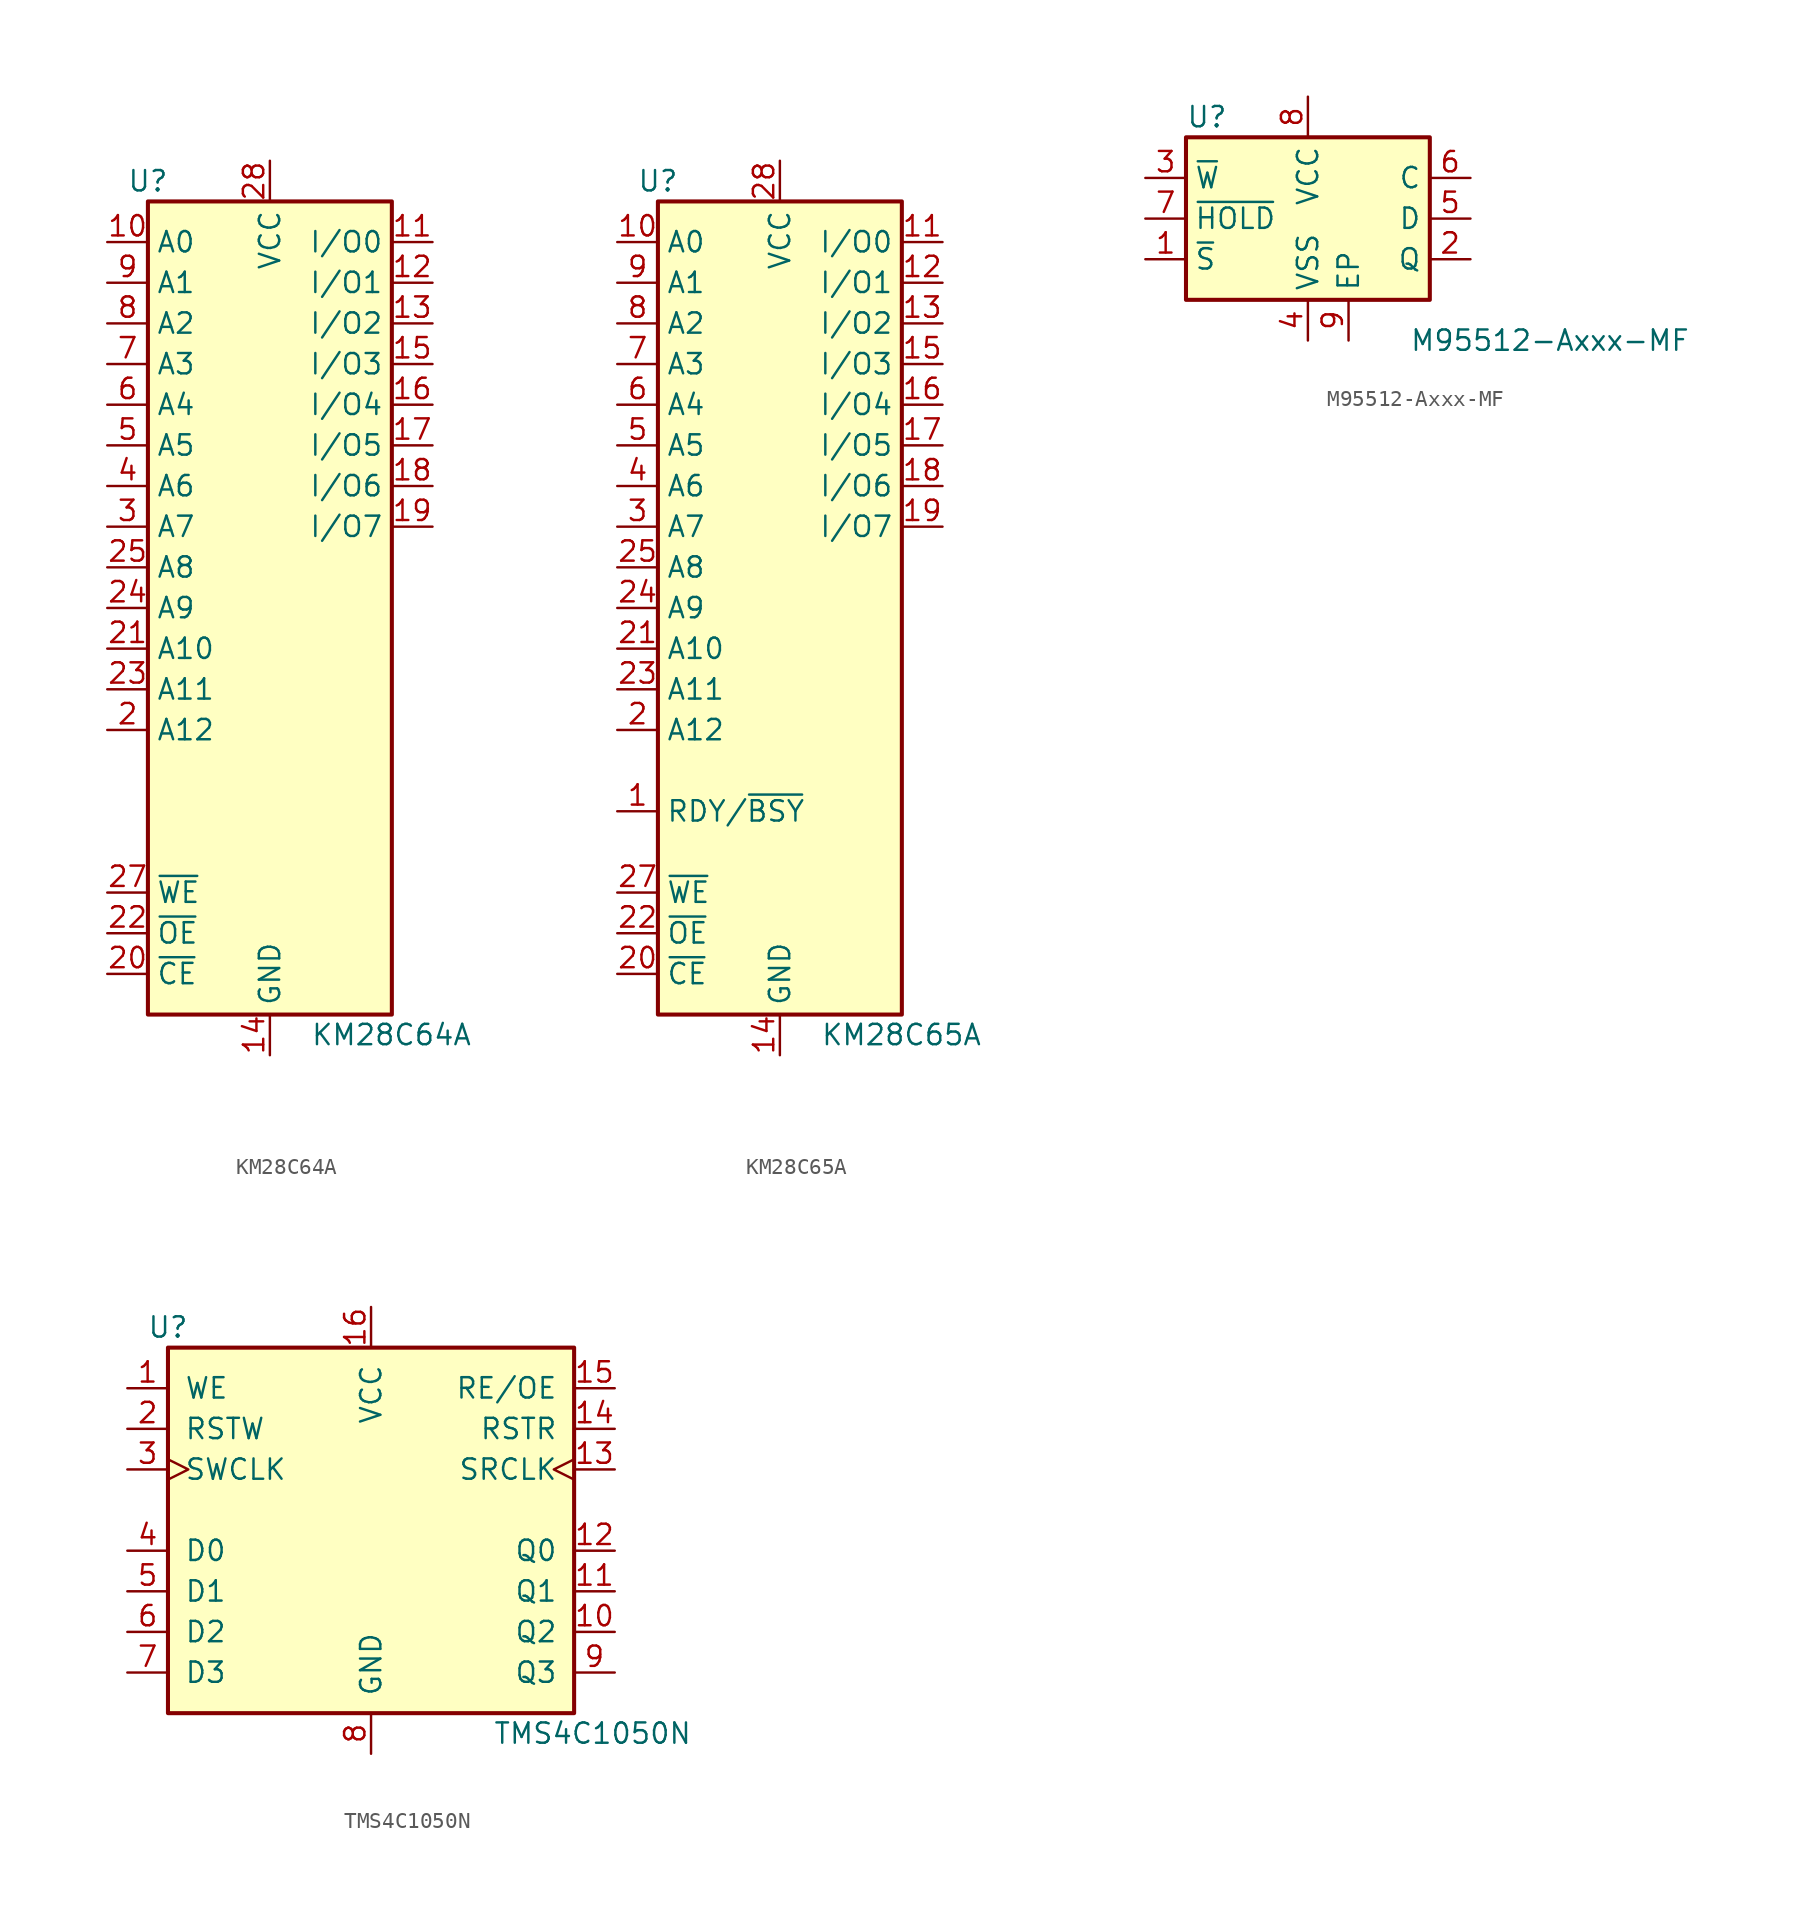
<source format=kicad_sym>
(kicad_symbol_lib
  (version 20241209)
  (generator "kicad_symbol_editor")
  (generator_version "9.0")
  (symbol "KM28C64A"
    (property "Reference" "U"
      (at -7.62 26.67 0)
      (effects (font (size 1.27 1.27))))
    (property "Value" "KM28C64A"
      (at 2.54 -26.67 0)
      (effects (font (size 1.27 1.27)) (justify left)))
    (symbol "KM28C64A_1_1"
      (rectangle (start -7.62 25.4) (end 7.62 -25.4) (stroke (width 0.254) (type default)) (fill (type background)))
      (pin input line (at -10.16 22.86 0) (length 2.54) (name "A0" (effects (font (size 1.27 1.27)))) (number "10" (effects (font (size 1.27 1.27)))))
      (pin input line (at -10.16 20.32 0) (length 2.54) (name "A1" (effects (font (size 1.27 1.27)))) (number "9" (effects (font (size 1.27 1.27)))))
      (pin input line (at -10.16 17.78 0) (length 2.54) (name "A2" (effects (font (size 1.27 1.27)))) (number "8" (effects (font (size 1.27 1.27)))))
      (pin input line (at -10.16 15.24 0) (length 2.54) (name "A3" (effects (font (size 1.27 1.27)))) (number "7" (effects (font (size 1.27 1.27)))))
      (pin input line (at -10.16 12.7 0) (length 2.54) (name "A4" (effects (font (size 1.27 1.27)))) (number "6" (effects (font (size 1.27 1.27)))))
      (pin input line (at -10.16 10.16 0) (length 2.54) (name "A5" (effects (font (size 1.27 1.27)))) (number "5" (effects (font (size 1.27 1.27)))))
      (pin input line (at -10.16 7.62 0) (length 2.54) (name "A6" (effects (font (size 1.27 1.27)))) (number "4" (effects (font (size 1.27 1.27)))))
      (pin input line (at -10.16 5.08 0) (length 2.54) (name "A7" (effects (font (size 1.27 1.27)))) (number "3" (effects (font (size 1.27 1.27)))))
      (pin input line (at -10.16 2.54 0) (length 2.54) (name "A8" (effects (font (size 1.27 1.27)))) (number "25" (effects (font (size 1.27 1.27)))))
      (pin input line (at -10.16 0 0) (length 2.54) (name "A9" (effects (font (size 1.27 1.27)))) (number "24" (effects (font (size 1.27 1.27)))))
      (pin input line (at -10.16 -2.54 0) (length 2.54) (name "A10" (effects (font (size 1.27 1.27)))) (number "21" (effects (font (size 1.27 1.27)))))
      (pin input line (at -10.16 -5.08 0) (length 2.54) (name "A11" (effects (font (size 1.27 1.27)))) (number "23" (effects (font (size 1.27 1.27)))))
      (pin input line (at -10.16 -7.62 0) (length 2.54) (name "A12" (effects (font (size 1.27 1.27)))) (number "2" (effects (font (size 1.27 1.27)))))
      (pin input line (at -10.16 -17.78 0) (length 2.54) (name "~{WE}" (effects (font (size 1.27 1.27)))) (number "27" (effects (font (size 1.27 1.27)))))
      (pin input line (at -10.16 -20.32 0) (length 2.54) (name "~{OE}" (effects (font (size 1.27 1.27)))) (number "22" (effects (font (size 1.27 1.27)))))
      (pin input line (at -10.16 -22.86 0) (length 2.54) (name "~{CE}" (effects (font (size 1.27 1.27)))) (number "20" (effects (font (size 1.27 1.27)))))
      (pin no_connect line (at -7.62 -12.7 0) (length 2.54) (hide yes) (name "NC" (effects (font (size 1.27 1.27)))) (number "1" (effects (font (size 1.27 1.27)))))
      (pin power_in line (at 0 27.94 270) (length 2.54) (name "VCC" (effects (font (size 1.27 1.27)))) (number "28" (effects (font (size 1.27 1.27)))))
      (pin power_in line (at 0 -27.94 90) (length 2.54) (name "GND" (effects (font (size 1.27 1.27)))) (number "14" (effects (font (size 1.27 1.27)))))
      (pin no_connect line (at 7.62 -17.78 180) (length 2.54) (hide yes) (name "NC" (effects (font (size 1.27 1.27)))) (number "26" (effects (font (size 1.27 1.27)))))
      (pin tri_state line (at 10.16 22.86 180) (length 2.54) (name "I/O0" (effects (font (size 1.27 1.27)))) (number "11" (effects (font (size 1.27 1.27)))))
      (pin tri_state line (at 10.16 20.32 180) (length 2.54) (name "I/O1" (effects (font (size 1.27 1.27)))) (number "12" (effects (font (size 1.27 1.27)))))
      (pin tri_state line (at 10.16 17.78 180) (length 2.54) (name "I/O2" (effects (font (size 1.27 1.27)))) (number "13" (effects (font (size 1.27 1.27)))))
      (pin tri_state line (at 10.16 15.24 180) (length 2.54) (name "I/O3" (effects (font (size 1.27 1.27)))) (number "15" (effects (font (size 1.27 1.27)))))
      (pin tri_state line (at 10.16 12.7 180) (length 2.54) (name "I/O4" (effects (font (size 1.27 1.27)))) (number "16" (effects (font (size 1.27 1.27)))))
      (pin tri_state line (at 10.16 10.16 180) (length 2.54) (name "I/O5" (effects (font (size 1.27 1.27)))) (number "17" (effects (font (size 1.27 1.27)))))
      (pin tri_state line (at 10.16 7.62 180) (length 2.54) (name "I/O6" (effects (font (size 1.27 1.27)))) (number "18" (effects (font (size 1.27 1.27)))))
      (pin tri_state line (at 10.16 5.08 180) (length 2.54) (name "I/O7" (effects (font (size 1.27 1.27)))) (number "19" (effects (font (size 1.27 1.27)))))))
  (symbol "KM28C65A"
    (property "Reference" "U"
      (at -7.62 26.67 0)
      (effects (font (size 1.27 1.27))))
    (property "Value" "KM28C65A"
      (at 2.54 -26.67 0)
      (effects (font (size 1.27 1.27)) (justify left)))
    (symbol "KM28C65A_1_1"
      (rectangle (start -7.62 25.4) (end 7.62 -25.4) (stroke (width 0.254) (type default)) (fill (type background)))
      (pin input line (at -10.16 22.86 0) (length 2.54) (name "A0" (effects (font (size 1.27 1.27)))) (number "10" (effects (font (size 1.27 1.27)))))
      (pin input line (at -10.16 20.32 0) (length 2.54) (name "A1" (effects (font (size 1.27 1.27)))) (number "9" (effects (font (size 1.27 1.27)))))
      (pin input line (at -10.16 17.78 0) (length 2.54) (name "A2" (effects (font (size 1.27 1.27)))) (number "8" (effects (font (size 1.27 1.27)))))
      (pin input line (at -10.16 15.24 0) (length 2.54) (name "A3" (effects (font (size 1.27 1.27)))) (number "7" (effects (font (size 1.27 1.27)))))
      (pin input line (at -10.16 12.7 0) (length 2.54) (name "A4" (effects (font (size 1.27 1.27)))) (number "6" (effects (font (size 1.27 1.27)))))
      (pin input line (at -10.16 10.16 0) (length 2.54) (name "A5" (effects (font (size 1.27 1.27)))) (number "5" (effects (font (size 1.27 1.27)))))
      (pin input line (at -10.16 7.62 0) (length 2.54) (name "A6" (effects (font (size 1.27 1.27)))) (number "4" (effects (font (size 1.27 1.27)))))
      (pin input line (at -10.16 5.08 0) (length 2.54) (name "A7" (effects (font (size 1.27 1.27)))) (number "3" (effects (font (size 1.27 1.27)))))
      (pin input line (at -10.16 2.54 0) (length 2.54) (name "A8" (effects (font (size 1.27 1.27)))) (number "25" (effects (font (size 1.27 1.27)))))
      (pin input line (at -10.16 0 0) (length 2.54) (name "A9" (effects (font (size 1.27 1.27)))) (number "24" (effects (font (size 1.27 1.27)))))
      (pin input line (at -10.16 -2.54 0) (length 2.54) (name "A10" (effects (font (size 1.27 1.27)))) (number "21" (effects (font (size 1.27 1.27)))))
      (pin input line (at -10.16 -5.08 0) (length 2.54) (name "A11" (effects (font (size 1.27 1.27)))) (number "23" (effects (font (size 1.27 1.27)))))
      (pin input line (at -10.16 -7.62 0) (length 2.54) (name "A12" (effects (font (size 1.27 1.27)))) (number "2" (effects (font (size 1.27 1.27)))))
      (pin output line (at -10.16 -12.7 0) (length 2.54) (name "RDY/~{BSY}" (effects (font (size 1.27 1.27)))) (number "1" (effects (font (size 1.27 1.27)))))
      (pin input line (at -10.16 -17.78 0) (length 2.54) (name "~{WE}" (effects (font (size 1.27 1.27)))) (number "27" (effects (font (size 1.27 1.27)))))
      (pin input line (at -10.16 -20.32 0) (length 2.54) (name "~{OE}" (effects (font (size 1.27 1.27)))) (number "22" (effects (font (size 1.27 1.27)))))
      (pin input line (at -10.16 -22.86 0) (length 2.54) (name "~{CE}" (effects (font (size 1.27 1.27)))) (number "20" (effects (font (size 1.27 1.27)))))
      (pin power_in line (at 0 27.94 270) (length 2.54) (name "VCC" (effects (font (size 1.27 1.27)))) (number "28" (effects (font (size 1.27 1.27)))))
      (pin power_in line (at 0 -27.94 90) (length 2.54) (name "GND" (effects (font (size 1.27 1.27)))) (number "14" (effects (font (size 1.27 1.27)))))
      (pin no_connect line (at 7.62 -17.78 180) (length 2.54) (hide yes) (name "NC" (effects (font (size 1.27 1.27)))) (number "26" (effects (font (size 1.27 1.27)))))
      (pin tri_state line (at 10.16 22.86 180) (length 2.54) (name "I/O0" (effects (font (size 1.27 1.27)))) (number "11" (effects (font (size 1.27 1.27)))))
      (pin tri_state line (at 10.16 20.32 180) (length 2.54) (name "I/O1" (effects (font (size 1.27 1.27)))) (number "12" (effects (font (size 1.27 1.27)))))
      (pin tri_state line (at 10.16 17.78 180) (length 2.54) (name "I/O2" (effects (font (size 1.27 1.27)))) (number "13" (effects (font (size 1.27 1.27)))))
      (pin tri_state line (at 10.16 15.24 180) (length 2.54) (name "I/O3" (effects (font (size 1.27 1.27)))) (number "15" (effects (font (size 1.27 1.27)))))
      (pin tri_state line (at 10.16 12.7 180) (length 2.54) (name "I/O4" (effects (font (size 1.27 1.27)))) (number "16" (effects (font (size 1.27 1.27)))))
      (pin tri_state line (at 10.16 10.16 180) (length 2.54) (name "I/O5" (effects (font (size 1.27 1.27)))) (number "17" (effects (font (size 1.27 1.27)))))
      (pin tri_state line (at 10.16 7.62 180) (length 2.54) (name "I/O6" (effects (font (size 1.27 1.27)))) (number "18" (effects (font (size 1.27 1.27)))))
      (pin tri_state line (at 10.16 5.08 180) (length 2.54) (name "I/O7" (effects (font (size 1.27 1.27)))) (number "19" (effects (font (size 1.27 1.27)))))))
  (symbol "M95512-Axxx-MF"
    (property "Reference" "U"
      (at -7.62 6.35 0)
      (effects (font (size 1.27 1.27)) (justify left)))
    (property "Value" "M95512-Axxx-MF"
      (at 6.35 -7.62 0)
      (effects (font (size 1.27 1.27)) (justify left)))
    (symbol "M95512-Axxx-MF_1_1"
      (rectangle (start -7.62 5.08) (end 7.62 -5.08) (stroke (width 0.254) (type default)) (fill (type background)))
      (pin input line (at -10.16 2.54 0) (length 2.54) (name "~{W}" (effects (font (size 1.27 1.27)))) (number "3" (effects (font (size 1.27 1.27)))))
      (pin input line (at -10.16 0 0) (length 2.54) (name "~{HOLD}" (effects (font (size 1.27 1.27)))) (number "7" (effects (font (size 1.27 1.27)))))
      (pin input line (at -10.16 -2.54 0) (length 2.54) (name "~{S}" (effects (font (size 1.27 1.27)))) (number "1" (effects (font (size 1.27 1.27)))))
      (pin power_in line (at 0 7.62 270) (length 2.54) (name "VCC" (effects (font (size 1.27 1.27)))) (number "8" (effects (font (size 1.27 1.27)))))
      (pin power_in line (at 0 -7.62 90) (length 2.54) (name "VSS" (effects (font (size 1.27 1.27)))) (number "4" (effects (font (size 1.27 1.27)))))
      (pin passive line (at 2.54 -7.62 90) (length 2.54) (name "EP" (effects (font (size 1.27 1.27)))) (number "9" (effects (font (size 1.27 1.27)))))
      (pin input line (at 10.16 2.54 180) (length 2.54) (name "C" (effects (font (size 1.27 1.27)))) (number "6" (effects (font (size 1.27 1.27)))))
      (pin input line (at 10.16 0 180) (length 2.54) (name "D" (effects (font (size 1.27 1.27)))) (number "5" (effects (font (size 1.27 1.27)))))
      (pin output line (at 10.16 -2.54 180) (length 2.54) (name "Q" (effects (font (size 1.27 1.27)))) (number "2" (effects (font (size 1.27 1.27)))))))
  (symbol "TMS4C1050N"
    (pin_names
      (offset 1.016))
    (property "Reference" "U"
      (at -12.7 11.43 0)
      (effects (font (size 1.27 1.27))))
    (property "Value" "TMS4C1050N"
      (at 7.62 -13.97 0)
      (effects (font (size 1.27 1.27)) (justify left)))
    (symbol "TMS4C1050N_1_1"
      (rectangle (start -12.7 10.16) (end 12.7 -12.7) (stroke (width 0.254) (type default)) (fill (type background)))
      (pin input line (at -15.24 7.62 0) (length 2.54) (name "WE" (effects (font (size 1.27 1.27)))) (number "1" (effects (font (size 1.27 1.27)))))
      (pin input line (at -15.24 5.08 0) (length 2.54) (name "RSTW" (effects (font (size 1.27 1.27)))) (number "2" (effects (font (size 1.27 1.27)))))
      (pin input clock (at -15.24 2.54 0) (length 2.54) (name "SWCLK" (effects (font (size 1.27 1.27)))) (number "3" (effects (font (size 1.27 1.27)))))
      (pin input line (at -15.24 -2.54 0) (length 2.54) (name "D0" (effects (font (size 1.27 1.27)))) (number "4" (effects (font (size 1.27 1.27)))))
      (pin input line (at -15.24 -5.08 0) (length 2.54) (name "D1" (effects (font (size 1.27 1.27)))) (number "5" (effects (font (size 1.27 1.27)))))
      (pin input line (at -15.24 -7.62 0) (length 2.54) (name "D2" (effects (font (size 1.27 1.27)))) (number "6" (effects (font (size 1.27 1.27)))))
      (pin input line (at -15.24 -10.16 0) (length 2.54) (name "D3" (effects (font (size 1.27 1.27)))) (number "7" (effects (font (size 1.27 1.27)))))
      (pin power_in line (at 0 12.7 270) (length 2.54) (name "VCC" (effects (font (size 1.27 1.27)))) (number "16" (effects (font (size 1.27 1.27)))))
      (pin power_in line (at 0 -15.24 90) (length 2.54) (name "GND" (effects (font (size 1.27 1.27)))) (number "8" (effects (font (size 1.27 1.27)))))
      (pin input line (at 15.24 7.62 180) (length 2.54) (name "RE/OE" (effects (font (size 1.27 1.27)))) (number "15" (effects (font (size 1.27 1.27)))))
      (pin input line (at 15.24 5.08 180) (length 2.54) (name "RSTR" (effects (font (size 1.27 1.27)))) (number "14" (effects (font (size 1.27 1.27)))))
      (pin input clock (at 15.24 2.54 180) (length 2.54) (name "SRCLK" (effects (font (size 1.27 1.27)))) (number "13" (effects (font (size 1.27 1.27)))))
      (pin tri_state line (at 15.24 -2.54 180) (length 2.54) (name "Q0" (effects (font (size 1.27 1.27)))) (number "12" (effects (font (size 1.27 1.27)))))
      (pin tri_state line (at 15.24 -5.08 180) (length 2.54) (name "Q1" (effects (font (size 1.27 1.27)))) (number "11" (effects (font (size 1.27 1.27)))))
      (pin tri_state line (at 15.24 -7.62 180) (length 2.54) (name "Q2" (effects (font (size 1.27 1.27)))) (number "10" (effects (font (size 1.27 1.27)))))
      (pin tri_state line (at 15.24 -10.16 180) (length 2.54) (name "Q3" (effects (font (size 1.27 1.27)))) (number "9" (effects (font (size 1.27 1.27))))))))
</source>
